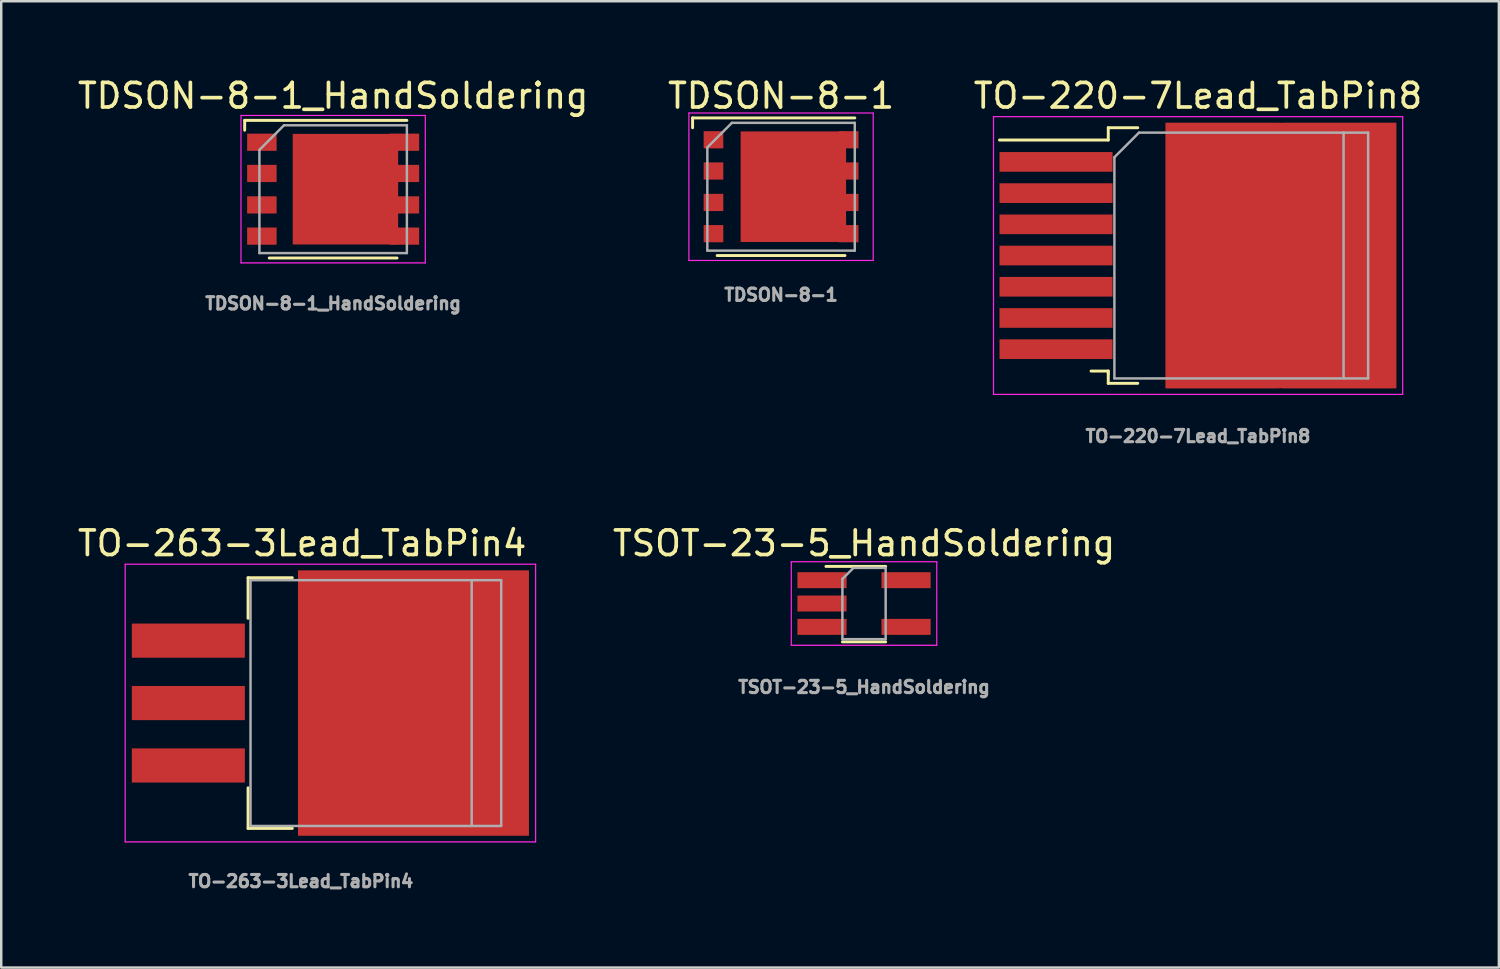
<source format=kicad_pcb>
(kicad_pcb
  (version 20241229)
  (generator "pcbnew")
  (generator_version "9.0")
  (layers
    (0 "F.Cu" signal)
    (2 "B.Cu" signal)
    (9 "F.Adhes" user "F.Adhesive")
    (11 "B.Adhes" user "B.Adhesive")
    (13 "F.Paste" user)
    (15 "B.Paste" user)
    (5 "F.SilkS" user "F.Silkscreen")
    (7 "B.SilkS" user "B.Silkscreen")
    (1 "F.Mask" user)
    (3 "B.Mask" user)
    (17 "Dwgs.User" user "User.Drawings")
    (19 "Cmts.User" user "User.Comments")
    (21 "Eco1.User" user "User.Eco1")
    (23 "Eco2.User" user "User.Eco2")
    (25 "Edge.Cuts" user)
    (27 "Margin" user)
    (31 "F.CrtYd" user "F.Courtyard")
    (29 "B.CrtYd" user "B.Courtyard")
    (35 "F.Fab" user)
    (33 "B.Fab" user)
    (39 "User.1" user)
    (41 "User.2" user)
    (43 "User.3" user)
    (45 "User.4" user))
  (footprint "TDSON-8-1_HandSoldering"
    (layer "F.Cu")
    (at 10.506 4.648)
    (property "Reference" "TDSON-8-1_HandSoldering" (at 0 -3.8 0) (layer "F.SilkS") (effects (font (size 1 1) (thickness 0.15))))
    (attr smd)
    (fp_line (start -3.6 -2.8) (end -3.6 -2.4) (stroke (width 0.12) (type solid)) (layer "F.SilkS"))
    (fp_line (start 2.6 2.8) (end -2.6 2.8) (stroke (width 0.12) (type solid)) (layer "F.SilkS"))
    (fp_line (start 3 -2.8) (end -3.6 -2.8) (stroke (width 0.12) (type solid)) (layer "F.SilkS"))
    (fp_line (start -3.75 -3) (end -3.75 3) (stroke (width 0.05) (type solid)) (layer "F.CrtYd"))
    (fp_line (start -3.75 3) (end 3.75 3) (stroke (width 0.05) (type solid)) (layer "F.CrtYd"))
    (fp_line (start 3.75 -3) (end -3.75 -3) (stroke (width 0.05) (type solid)) (layer "F.CrtYd"))
    (fp_line (start 3.75 3) (end 3.75 -3) (stroke (width 0.05) (type solid)) (layer "F.CrtYd"))
    (fp_line (start -3 2.6) (end -3 -1.6) (stroke (width 0.1) (type solid)) (layer "F.Fab"))
    (fp_line (start -2 -2.6) (end -3 -1.6) (stroke (width 0.1) (type solid)) (layer "F.Fab"))
    (fp_line (start -2 -2.6) (end 3 -2.6) (stroke (width 0.1) (type solid)) (layer "F.Fab"))
    (fp_line (start 3 -2.6) (end 3 2.6) (stroke (width 0.1) (type solid)) (layer "F.Fab"))
    (fp_line (start 3 2.6) (end -3 2.6) (stroke (width 0.1) (type solid)) (layer "F.Fab"))
    (fp_text user "${REFERENCE}" (at 0 4.65 0) (layer "F.Fab") (effects (font (size 0.5 0.5) (thickness 0.125))))
    (pad "1" smd rect (at -2.9 -1.91 270) (size 0.7 1.2) (layers "F.Cu" "F.Mask" "F.Paste"))
    (pad "2" smd rect (at -2.9 -0.64 270) (size 0.7 1.2) (layers "F.Cu" "F.Mask" "F.Paste"))
    (pad "3" smd rect (at -2.9 0.64 270) (size 0.7 1.2) (layers "F.Cu" "F.Mask" "F.Paste"))
    (pad "4" smd rect (at -2.9 1.91 270) (size 0.7 1.2) (layers "F.Cu" "F.Mask" "F.Paste"))
    (pad "5" smd rect (at -0.75 -1.09 270) (size 1.55 1.2) (layers "F.Cu" "F.Mask" "F.Paste"))
    (pad "5" smd rect (at -0.75 1.09 270) (size 1.55 1.2) (layers "F.Cu" "F.Mask" "F.Paste"))
    (pad "5" smd rect (at 0.5 0 270) (size 4.5 4.29) (layers "F.Cu" "F.Mask" "F.Paste"))
    (pad "5" smd rect (at 1.25 -1.09 270) (size 1.55 1.6) (layers "F.Cu" "F.Mask" "F.Paste"))
    (pad "5" smd rect (at 1.25 1.09 270) (size 1.55 1.6) (layers "F.Cu" "F.Mask" "F.Paste"))
    (pad "5" smd rect (at 2.9 -1.91 270) (size 0.7 1.2) (layers "F.Cu" "F.Mask" "F.Paste"))
    (pad "5" smd rect (at 2.9 -0.64 270) (size 0.7 1.2) (layers "F.Cu" "F.Mask" "F.Paste"))
    (pad "5" smd rect (at 2.9 0.64 270) (size 0.7 1.2) (layers "F.Cu" "F.Mask" "F.Paste"))
    (pad "5" smd rect (at 2.9 1.91 270) (size 0.7 1.2) (layers "F.Cu" "F.Mask" "F.Paste")))
  (footprint "TO-220-7Lead_TabPin8"
    (layer "F.Cu")
    (at 45.696 7.348)
    (property "Reference" "TO-220-7Lead_TabPin8" (at 0 -6.5 0) (layer "F.SilkS") (effects (font (size 1 1) (thickness 0.15))))
    (attr smd)
    (fp_line (start -8.075 -4.7) (end -3.65 -4.7) (stroke (width 0.12) (type solid)) (layer "F.SilkS"))
    (fp_line (start -4.35 4.7) (end -3.65 4.7) (stroke (width 0.12) (type solid)) (layer "F.SilkS"))
    (fp_line (start -3.65 -5.2) (end -2.45 -5.2) (stroke (width 0.12) (type solid)) (layer "F.SilkS"))
    (fp_line (start -3.65 -4.7) (end -3.65 -5.2) (stroke (width 0.12) (type solid)) (layer "F.SilkS"))
    (fp_line (start -3.65 4.7) (end -3.65 4.8) (stroke (width 0.12) (type solid)) (layer "F.SilkS"))
    (fp_line (start -3.65 5.2) (end -3.65 4.8) (stroke (width 0.12) (type solid)) (layer "F.SilkS"))
    (fp_line (start -2.45 5.2) (end -3.65 5.2) (stroke (width 0.12) (type solid)) (layer "F.SilkS"))
    (fp_line (start -8.32 -5.65) (end -8.32 5.65) (stroke (width 0.05) (type solid)) (layer "F.CrtYd"))
    (fp_line (start -8.32 -5.65) (end 8.33 -5.65) (stroke (width 0.05) (type solid)) (layer "F.CrtYd"))
    (fp_line (start 8.33 5.65) (end -8.32 5.65) (stroke (width 0.05) (type solid)) (layer "F.CrtYd"))
    (fp_line (start 8.33 5.65) (end 8.33 -5.65) (stroke (width 0.05) (type solid)) (layer "F.CrtYd"))
    (fp_line (start -3.4 -4) (end -3.4 5) (stroke (width 0.1) (type solid)) (layer "F.Fab"))
    (fp_line (start -3.4 -4) (end -2.4 -5) (stroke (width 0.1) (type solid)) (layer "F.Fab"))
    (fp_line (start -3.4 5) (end 5.85 5) (stroke (width 0.1) (type solid)) (layer "F.Fab"))
    (fp_line (start -2.4 -5) (end 5.925 -5) (stroke (width 0.1) (type solid)) (layer "F.Fab"))
    (fp_line (start 5.925 -5) (end 5.925 5) (stroke (width 0.1) (type solid)) (layer "F.Fab"))
    (fp_line (start 5.925 -5) (end 6.925 -5) (stroke (width 0.1) (type solid)) (layer "F.Fab"))
    (fp_line (start 5.925 5) (end 6.925 5) (stroke (width 0.1) (type solid)) (layer "F.Fab"))
    (fp_line (start 6.925 -5) (end 6.925 5) (stroke (width 0.1) (type solid)) (layer "F.Fab"))
    (fp_text user "${REFERENCE}" (at 0 7.35 0) (layer "F.Fab") (effects (font (size 0.5 0.5) (thickness 0.125))))
    (pad "1" smd rect (at -5.775 -3.81) (size 4.6 0.8) (layers "F.Cu" "F.Mask" "F.Paste"))
    (pad "2" smd rect (at -5.775 -2.54) (size 4.6 0.8) (layers "F.Cu" "F.Mask" "F.Paste"))
    (pad "3" smd rect (at -5.775 -1.27) (size 4.6 0.8) (layers "F.Cu" "F.Mask" "F.Paste"))
    (pad "4" smd rect (at -5.775 0) (size 4.6 0.8) (layers "F.Cu" "F.Mask" "F.Paste"))
    (pad "5" smd rect (at -5.775 1.27) (size 4.6 0.8) (layers "F.Cu" "F.Mask" "F.Paste"))
    (pad "6" smd rect (at -5.775 2.54) (size 4.6 0.8) (layers "F.Cu" "F.Mask" "F.Paste"))
    (pad "7" smd rect (at -5.775 3.81) (size 4.6 0.8) (layers "F.Cu" "F.Mask" "F.Paste"))
    (pad "8" smd rect (at 1 -2.75) (size 4.6 5.3) (layers "F.Cu" "F.Paste"))
    (pad "8" smd rect (at 1 2.75) (size 4.6 5.3) (layers "F.Cu" "F.Paste"))
    (pad "8" smd rect (at 3.375 0) (size 9.4 10.8) (layers "F.Cu" "F.Mask"))
    (pad "8" smd rect (at 5.75 -2.75) (size 4.6 5.3) (layers "F.Cu" "F.Paste"))
    (pad "8" smd rect (at 5.75 2.75) (size 4.6 5.3) (layers "F.Cu" "F.Paste")))
  (footprint "TDSON-8-1"
    (layer "F.Cu")
    (at 28.732 4.548)
    (property "Reference" "TDSON-8-1" (at 0 -3.7 0) (layer "F.SilkS") (effects (font (size 1 1) (thickness 0.15))))
    (attr smd)
    (fp_line (start -3.6 -2.8) (end -3.6 -2.4) (stroke (width 0.12) (type solid)) (layer "F.SilkS"))
    (fp_line (start 2.6 2.8) (end -2.6 2.8) (stroke (width 0.12) (type solid)) (layer "F.SilkS"))
    (fp_line (start 3 -2.8) (end -3.6 -2.8) (stroke (width 0.12) (type solid)) (layer "F.SilkS"))
    (fp_line (start -3.75 -3) (end -3.75 3) (stroke (width 0.05) (type solid)) (layer "F.CrtYd"))
    (fp_line (start -3.75 3) (end 3.75 3) (stroke (width 0.05) (type solid)) (layer "F.CrtYd"))
    (fp_line (start 3.75 -3) (end -3.75 -3) (stroke (width 0.05) (type solid)) (layer "F.CrtYd"))
    (fp_line (start 3.75 3) (end 3.75 -3) (stroke (width 0.05) (type solid)) (layer "F.CrtYd"))
    (fp_line (start -3 2.6) (end -3 -1.6) (stroke (width 0.1) (type solid)) (layer "F.Fab"))
    (fp_line (start -2 -2.6) (end -3 -1.6) (stroke (width 0.1) (type solid)) (layer "F.Fab"))
    (fp_line (start -2 -2.6) (end 3 -2.6) (stroke (width 0.1) (type solid)) (layer "F.Fab"))
    (fp_line (start 3 -2.6) (end 3 2.6) (stroke (width 0.1) (type solid)) (layer "F.Fab"))
    (fp_line (start 3 2.6) (end -3 2.6) (stroke (width 0.1) (type solid)) (layer "F.Fab"))
    (fp_text user "${REFERENCE}" (at 0 4.4 0) (layer "F.Fab") (effects (font (size 0.5 0.5) (thickness 0.125))))
    (pad "1" smd rect (at -2.75 -1.91 270) (size 0.7 0.8) (layers "F.Cu" "F.Mask" "F.Paste"))
    (pad "2" smd rect (at -2.75 -0.64 270) (size 0.7 0.8) (layers "F.Cu" "F.Mask" "F.Paste"))
    (pad "3" smd rect (at -2.75 0.64 270) (size 0.7 0.8) (layers "F.Cu" "F.Mask" "F.Paste"))
    (pad "4" smd rect (at -2.75 1.91 270) (size 0.7 0.8) (layers "F.Cu" "F.Mask" "F.Paste"))
    (pad "5" smd rect (at -0.75 -1.09 270) (size 1.55 1.2) (layers "F.Cu" "F.Mask" "F.Paste"))
    (pad "5" smd rect (at -0.75 1.09 270) (size 1.55 1.2) (layers "F.Cu" "F.Mask" "F.Paste"))
    (pad "5" smd rect (at 0.5 0 270) (size 4.5 4.29) (layers "F.Cu" "F.Mask" "F.Paste"))
    (pad "5" smd rect (at 1.25 -1.09 270) (size 1.55 1.6) (layers "F.Cu" "F.Mask" "F.Paste"))
    (pad "5" smd rect (at 1.25 1.09 270) (size 1.55 1.6) (layers "F.Cu" "F.Mask" "F.Paste"))
    (pad "5" smd rect (at 2.75 -1.91 270) (size 0.7 0.8) (layers "F.Cu" "F.Mask" "F.Paste"))
    (pad "5" smd rect (at 2.75 -0.64 270) (size 0.7 0.8) (layers "F.Cu" "F.Mask" "F.Paste"))
    (pad "5" smd rect (at 2.75 0.64 270) (size 0.7 0.8) (layers "F.Cu" "F.Mask" "F.Paste"))
    (pad "5" smd rect (at 2.75 1.91 270) (size 0.7 0.8) (layers "F.Cu" "F.Mask" "F.Paste")))
  (footprint "TO-263-3Lead_TabPin4"
    (layer "F.Cu")
    (at 9.194 25.558)
    (property "Reference" "TO-263-3Lead_TabPin4" (at 0.05 -6.5 180) (layer "F.SilkS") (effects (font (size 1 1) (thickness 0.15))))
    (attr smd)
    (fp_line (start -2.15 -5.1) (end -2.15 -3.45) (stroke (width 0.12) (type solid)) (layer "F.SilkS"))
    (fp_line (start -2.15 3.45) (end -2.15 5.1) (stroke (width 0.12) (type solid)) (layer "F.SilkS"))
    (fp_line (start -2.15 5.1) (end -0.35 5.1) (stroke (width 0.12) (type solid)) (layer "F.SilkS"))
    (fp_line (start -0.35 -5.1) (end -2.15 -5.1) (stroke (width 0.12) (type solid)) (layer "F.SilkS"))
    (fp_line (start -7.15 -5.65) (end -7.15 5.65) (stroke (width 0.05) (type solid)) (layer "F.CrtYd"))
    (fp_line (start 9.55 -5.65) (end -7.15 -5.65) (stroke (width 0.05) (type solid)) (layer "F.CrtYd"))
    (fp_line (start 9.55 -5.65) (end 9.55 5.65) (stroke (width 0.05) (type solid)) (layer "F.CrtYd"))
    (fp_line (start 9.55 5.65) (end -7.15 5.65) (stroke (width 0.05) (type solid)) (layer "F.CrtYd"))
    (fp_line (start -2.05 -5) (end -2.05 5) (stroke (width 0.1) (type solid)) (layer "F.Fab"))
    (fp_line (start -2.05 5) (end 6.95 5) (stroke (width 0.1) (type solid)) (layer "F.Fab"))
    (fp_line (start 6.95 -5) (end -2.05 -5) (stroke (width 0.1) (type solid)) (layer "F.Fab"))
    (fp_line (start 6.95 5) (end 6.95 -5) (stroke (width 0.1) (type solid)) (layer "F.Fab"))
    (fp_line (start 6.95 5) (end 8.15 5) (stroke (width 0.1) (type solid)) (layer "F.Fab"))
    (fp_line (start 8.15 -5) (end 6.95 -5) (stroke (width 0.1) (type solid)) (layer "F.Fab"))
    (fp_line (start 8.15 5) (end 8.15 -5) (stroke (width 0.1) (type solid)) (layer "F.Fab"))
    (fp_text user "${REFERENCE}" (at 0 7.25 0) (layer "F.Fab") (effects (font (size 0.5 0.5) (thickness 0.125))))
    (pad "1" smd rect (at -4.58 -2.54) (size 4.6 1.39) (layers "F.Cu" "F.Mask" "F.Paste"))
    (pad "2" smd rect (at -4.58 0) (size 4.6 1.39) (layers "F.Cu" "F.Mask" "F.Paste"))
    (pad "3" smd rect (at -4.58 2.54) (size 4.6 1.39) (layers "F.Cu" "F.Mask" "F.Paste"))
    (pad "4" smd rect (at 4.58 0) (size 9.4 10.8) (layers "F.Cu" "F.Mask" "F.Paste")))
  (footprint "TSOT-23-5_HandSoldering"
    (layer "F.Cu")
    (at 32.108 21.508)
    (property "Reference" "TSOT-23-5_HandSoldering" (at 0 -2.45 0) (layer "F.SilkS") (effects (font (size 1 1) (thickness 0.15))))
    (attr smd)
    (fp_line (start -0.88 1.56) (end 0.88 1.56) (stroke (width 0.12) (type solid)) (layer "F.SilkS"))
    (fp_line (start 0.88 -1.51) (end -1.55 -1.51) (stroke (width 0.12) (type solid)) (layer "F.SilkS"))
    (fp_line (start -2.96 -1.7) (end -2.96 1.7) (stroke (width 0.05) (type solid)) (layer "F.CrtYd"))
    (fp_line (start -2.96 -1.7) (end 2.96 -1.7) (stroke (width 0.05) (type solid)) (layer "F.CrtYd"))
    (fp_line (start 2.96 1.7) (end -2.96 1.7) (stroke (width 0.05) (type solid)) (layer "F.CrtYd"))
    (fp_line (start 2.96 1.7) (end 2.96 -1.7) (stroke (width 0.05) (type solid)) (layer "F.CrtYd"))
    (fp_line (start -0.88 -1) (end -0.88 1.45) (stroke (width 0.1) (type solid)) (layer "F.Fab"))
    (fp_line (start -0.88 -1) (end -0.43 -1.45) (stroke (width 0.1) (type solid)) (layer "F.Fab"))
    (fp_line (start 0.88 -1.45) (end -0.43 -1.45) (stroke (width 0.1) (type solid)) (layer "F.Fab"))
    (fp_line (start 0.88 -1.45) (end 0.88 1.45) (stroke (width 0.1) (type solid)) (layer "F.Fab"))
    (fp_line (start 0.88 1.45) (end -0.88 1.45) (stroke (width 0.1) (type solid)) (layer "F.Fab"))
    (fp_text user "${REFERENCE}" (at 0 3.4 0) (layer "F.Fab") (effects (font (size 0.5 0.5) (thickness 0.125))))
    (pad "1" smd rect (at -1.71 -0.95) (size 2 0.65) (layers "F.Cu" "F.Mask" "F.Paste"))
    (pad "2" smd rect (at -1.71 0) (size 2 0.65) (layers "F.Cu" "F.Mask" "F.Paste"))
    (pad "3" smd rect (at -1.71 0.95) (size 2 0.65) (layers "F.Cu" "F.Mask" "F.Paste"))
    (pad "4" smd rect (at 1.71 0.95) (size 2 0.65) (layers "F.Cu" "F.Mask" "F.Paste"))
    (pad "5" smd rect (at 1.71 -0.95) (size 2 0.65) (layers "F.Cu" "F.Mask" "F.Paste")))
  (gr_rect
    (start -3 -3)
    (end 57.94 36.32)
    (stroke (width 0.1) (type default))
    (fill no)
    (layer "Edge.Cuts")))
</source>
